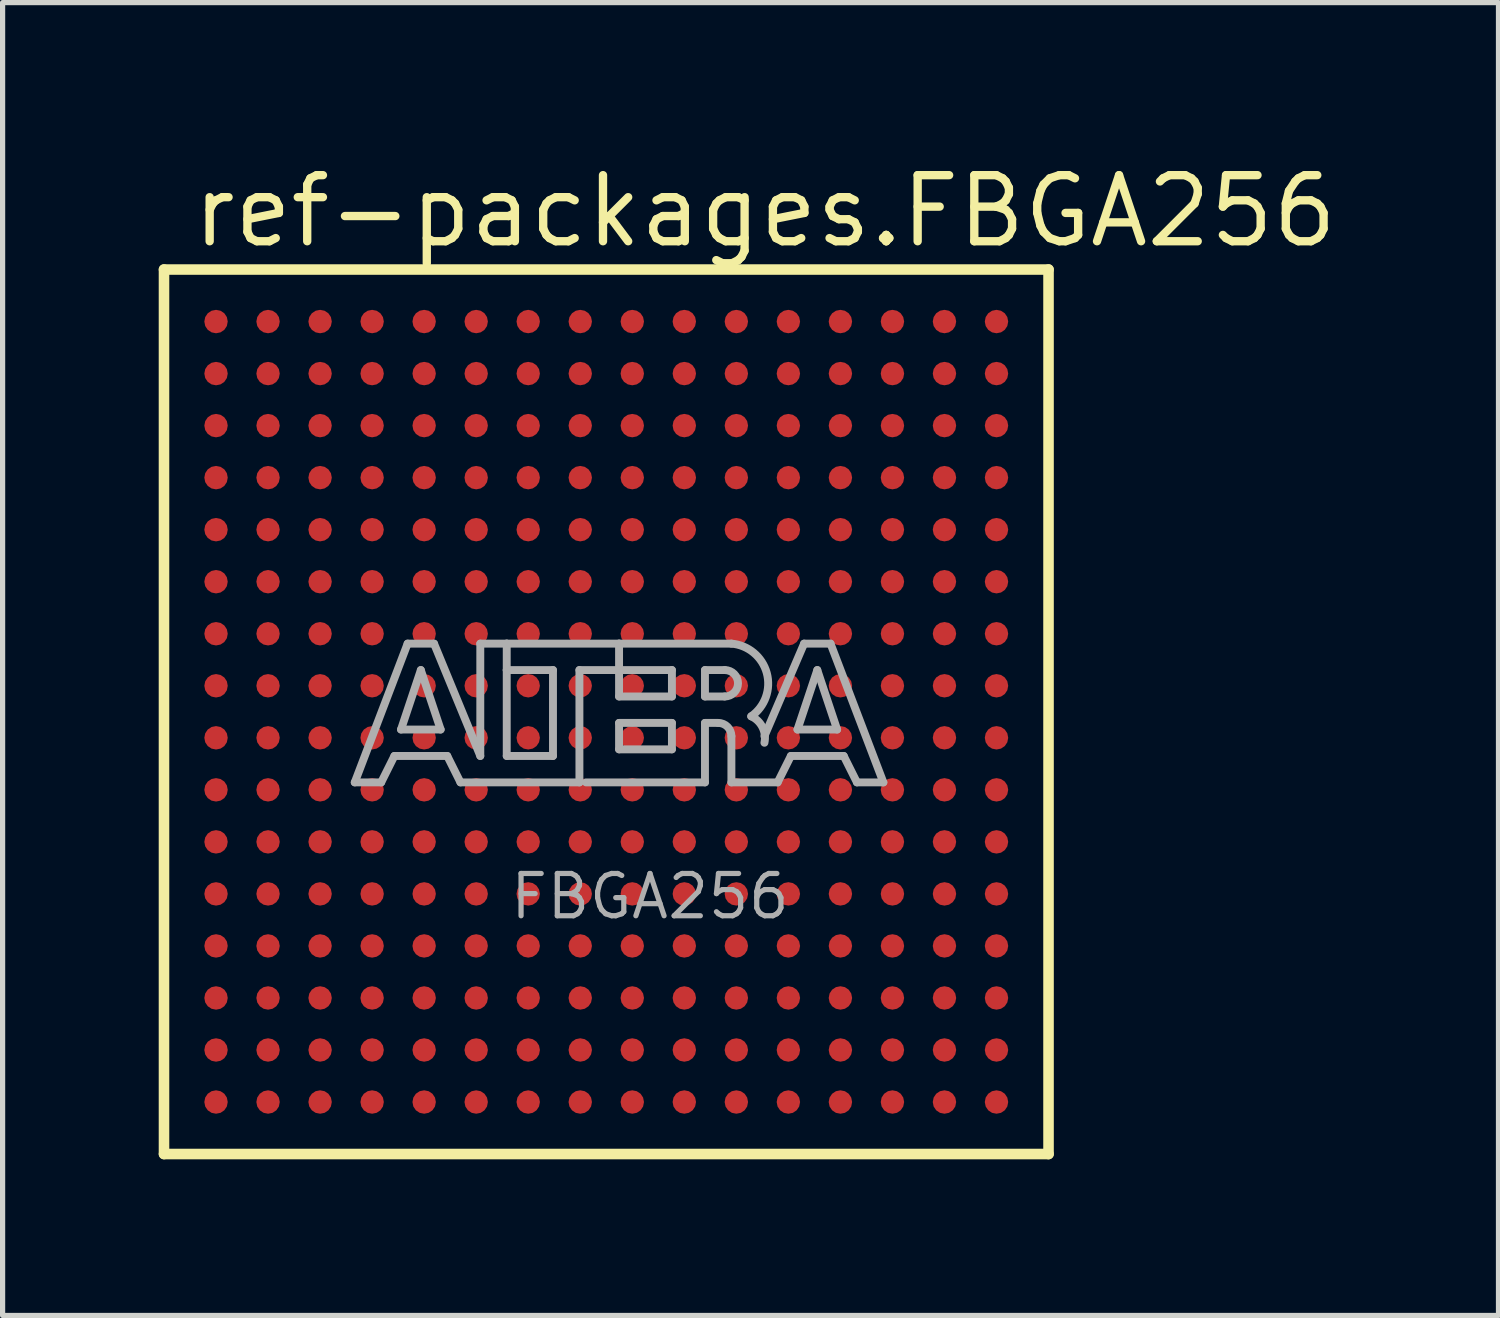
<source format=kicad_pcb>
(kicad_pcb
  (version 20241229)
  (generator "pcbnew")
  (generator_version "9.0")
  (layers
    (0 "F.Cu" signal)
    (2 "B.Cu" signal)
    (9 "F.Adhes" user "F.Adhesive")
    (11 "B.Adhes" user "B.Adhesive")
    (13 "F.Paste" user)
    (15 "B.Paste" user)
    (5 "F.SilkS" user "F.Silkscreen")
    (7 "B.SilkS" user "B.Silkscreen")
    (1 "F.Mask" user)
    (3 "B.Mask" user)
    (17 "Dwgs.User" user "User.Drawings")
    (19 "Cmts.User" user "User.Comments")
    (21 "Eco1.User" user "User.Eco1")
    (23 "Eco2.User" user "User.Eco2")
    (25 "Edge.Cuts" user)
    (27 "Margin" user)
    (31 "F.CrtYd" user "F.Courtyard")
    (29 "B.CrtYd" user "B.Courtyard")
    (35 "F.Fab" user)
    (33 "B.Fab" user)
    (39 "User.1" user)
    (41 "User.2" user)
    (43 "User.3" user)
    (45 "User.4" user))
  (footprint "ref-packages.FBGA256"
    (layer "F.Cu")
    (at 8.602 10.63)
    (property "Reference" "ref-packages.FBGA256" (at -8.03 -8.88 0) (layer "F.SilkS") (effects (font (size 1.27 1.27) (thickness 0.16)) (justify left bottom)))
    (attr smd)
    (fp_line (start -8.5 -8.5) (end -8.5 8.5) (stroke (width 0.203) (type default)) (layer "F.SilkS"))
    (fp_line (start -8.5 8.5) (end 8.5 8.5) (stroke (width 0.203) (type default)) (layer "F.SilkS"))
    (fp_line (start 8.5 -8.5) (end -8.5 -8.5) (stroke (width 0.203) (type default)) (layer "F.SilkS"))
    (fp_line (start 8.5 8.5) (end 8.5 -8.5) (stroke (width 0.203) (type default)) (layer "F.SilkS"))
    (fp_line (start -4.834 1.357) (end -3.818 -1.31) (stroke (width 0.152) (type default)) (layer "F.Fab"))
    (fp_line (start -4.326 1.357) (end -4.834 1.357) (stroke (width 0.152) (type default)) (layer "F.Fab"))
    (fp_line (start -4.072 0.849) (end -4.326 1.357) (stroke (width 0.152) (type default)) (layer "F.Fab"))
    (fp_line (start -3.945 0.341) (end -3.183 0.341) (stroke (width 0.152) (type default)) (layer "F.Fab"))
    (fp_line (start -3.818 -1.31) (end -3.31 -1.31) (stroke (width 0.152) (type default)) (layer "F.Fab"))
    (fp_line (start -3.564 -0.802) (end -3.945 0.341) (stroke (width 0.152) (type default)) (layer "F.Fab"))
    (fp_line (start -3.31 -1.31) (end -2.421 0.849) (stroke (width 0.152) (type default)) (layer "F.Fab"))
    (fp_line (start -3.183 0.341) (end -3.564 -0.802) (stroke (width 0.152) (type default)) (layer "F.Fab"))
    (fp_line (start -3.056 0.849) (end -4.072 0.849) (stroke (width 0.152) (type default)) (layer "F.Fab"))
    (fp_line (start -2.802 1.357) (end -3.056 0.849) (stroke (width 0.152) (type default)) (layer "F.Fab"))
    (fp_line (start -2.421 -1.31) (end -1.913 -1.31) (stroke (width 0.152) (type default)) (layer "F.Fab"))
    (fp_line (start -2.421 0.849) (end -2.421 -1.31) (stroke (width 0.152) (type default)) (layer "F.Fab"))
    (fp_line (start -1.913 -1.31) (end -1.913 -0.802) (stroke (width 0.152) (type default)) (layer "F.Fab"))
    (fp_line (start -1.913 -1.31) (end 0.246 -1.31) (stroke (width 0.152) (type default)) (layer "F.Fab"))
    (fp_line (start -1.913 -0.802) (end -1.913 0.849) (stroke (width 0.152) (type default)) (layer "F.Fab"))
    (fp_line (start -1.913 0.849) (end -1.024 0.849) (stroke (width 0.152) (type default)) (layer "F.Fab"))
    (fp_line (start -1.024 -0.802) (end -1.913 -0.802) (stroke (width 0.152) (type default)) (layer "F.Fab"))
    (fp_line (start -1.024 0.849) (end -1.024 -0.802) (stroke (width 0.152) (type default)) (layer "F.Fab"))
    (fp_line (start -0.516 -0.802) (end -0.516 1.357) (stroke (width 0.152) (type default)) (layer "F.Fab"))
    (fp_line (start -0.516 1.357) (end -2.802 1.357) (stroke (width 0.152) (type default)) (layer "F.Fab"))
    (fp_line (start 0.246 -1.31) (end 0.246 -0.802) (stroke (width 0.152) (type default)) (layer "F.Fab"))
    (fp_line (start 0.246 -1.31) (end 2.405 -1.31) (stroke (width 0.152) (type default)) (layer "F.Fab"))
    (fp_line (start 0.246 -0.802) (end -0.516 -0.802) (stroke (width 0.152) (type default)) (layer "F.Fab"))
    (fp_line (start 0.246 -0.802) (end 0.246 -0.294) (stroke (width 0.152) (type default)) (layer "F.Fab"))
    (fp_line (start 0.246 -0.294) (end 1.262 -0.294) (stroke (width 0.152) (type default)) (layer "F.Fab"))
    (fp_line (start 0.246 0.214) (end 1.262 0.214) (stroke (width 0.152) (type default)) (layer "F.Fab"))
    (fp_line (start 0.246 0.722) (end 0.246 0.214) (stroke (width 0.152) (type default)) (layer "F.Fab"))
    (fp_line (start 1.262 -0.802) (end 0.246 -0.802) (stroke (width 0.152) (type default)) (layer "F.Fab"))
    (fp_line (start 1.262 -0.294) (end 1.262 -0.802) (stroke (width 0.152) (type default)) (layer "F.Fab"))
    (fp_line (start 1.262 0.214) (end 1.262 0.722) (stroke (width 0.152) (type default)) (layer "F.Fab"))
    (fp_line (start 1.262 0.722) (end 0.246 0.722) (stroke (width 0.152) (type default)) (layer "F.Fab"))
    (fp_line (start 1.897 -0.802) (end 1.897 -0.294) (stroke (width 0.152) (type default)) (layer "F.Fab"))
    (fp_line (start 1.897 -0.294) (end 2.278 -0.294) (stroke (width 0.152) (type default)) (layer "F.Fab"))
    (fp_line (start 1.897 0.214) (end 1.897 1.357) (stroke (width 0.152) (type default)) (layer "F.Fab"))
    (fp_line (start 1.897 0.214) (end 2.151 0.214) (stroke (width 0.152) (type default)) (layer "F.Fab"))
    (fp_line (start 1.897 1.357) (end -0.389 1.357) (stroke (width 0.152) (type default)) (layer "F.Fab"))
    (fp_line (start 2.278 -0.802) (end 1.897 -0.802) (stroke (width 0.152) (type default)) (layer "F.Fab"))
    (fp_line (start 2.405 0.468) (end 2.405 1.357) (stroke (width 0.152) (type default)) (layer "F.Fab"))
    (fp_line (start 2.405 1.357) (end 3.294 1.357) (stroke (width 0.152) (type default)) (layer "F.Fab"))
    (fp_line (start 3.294 1.357) (end 3.548 0.849) (stroke (width 0.152) (type default)) (layer "F.Fab"))
    (fp_line (start 3.548 0.849) (end 4.564 0.849) (stroke (width 0.152) (type default)) (layer "F.Fab"))
    (fp_line (start 3.675 0.341) (end 4.056 -0.802) (stroke (width 0.152) (type default)) (layer "F.Fab"))
    (fp_line (start 3.802 -1.31) (end 3.04 0.468) (stroke (width 0.152) (type default)) (layer "F.Fab"))
    (fp_line (start 4.056 -0.802) (end 4.437 0.341) (stroke (width 0.152) (type default)) (layer "F.Fab"))
    (fp_line (start 4.31 -1.31) (end 3.802 -1.31) (stroke (width 0.152) (type default)) (layer "F.Fab"))
    (fp_line (start 4.437 0.341) (end 3.675 0.341) (stroke (width 0.152) (type default)) (layer "F.Fab"))
    (fp_line (start 4.564 0.849) (end 4.818 1.357) (stroke (width 0.152) (type default)) (layer "F.Fab"))
    (fp_line (start 4.818 1.357) (end 5.326 1.357) (stroke (width 0.152) (type default)) (layer "F.Fab"))
    (fp_line (start 5.326 1.357) (end 4.31 -1.31) (stroke (width 0.152) (type default)) (layer "F.Fab"))
    (fp_arc (start 2.151 0.214) (mid 2.330605 0.288395) (end 2.405 0.468) (stroke (width 0.1524) (type default)) (layer "F.Fab"))
    (fp_arc (start 2.278 -0.802) (mid 2.532 -0.548) (end 2.278 -0.294) (stroke (width 0.1524) (type default)) (layer "F.Fab"))
    (fp_arc (start 2.405 -1.31) (mid 3.084953 -0.74477) (end 2.7861 0.0874) (stroke (width 0.1524) (type default)) (layer "F.Fab"))
    (fp_arc (start 2.7861 0.0871) (mid 3.002081 0.296587) (end 3.0398 0.5951) (stroke (width 0.1524) (type default)) (layer "F.Fab"))
    (fp_text user "FBGA256" (at -1.897 4.025 0) (layer "F.Fab") (effects (font (size 0.813 0.813) (thickness 0.1)) (justify left bottom)))
    (pad "A1" smd roundrect (at -7.5 -7.5) (size 0.45 0.45) (layers "F.Cu" "F.Mask" "F.Paste") (roundrect_rratio 0.5))
    (pad "A2" smd roundrect (at -6.5 -7.5) (size 0.45 0.45) (layers "F.Cu" "F.Mask" "F.Paste") (roundrect_rratio 0.5))
    (pad "A3" smd roundrect (at -5.5 -7.5) (size 0.45 0.45) (layers "F.Cu" "F.Mask" "F.Paste") (roundrect_rratio 0.5))
    (pad "A4" smd roundrect (at -4.5 -7.5) (size 0.45 0.45) (layers "F.Cu" "F.Mask" "F.Paste") (roundrect_rratio 0.5))
    (pad "A5" smd roundrect (at -3.5 -7.5) (size 0.45 0.45) (layers "F.Cu" "F.Mask" "F.Paste") (roundrect_rratio 0.5))
    (pad "A6" smd roundrect (at -2.5 -7.5) (size 0.45 0.45) (layers "F.Cu" "F.Mask" "F.Paste") (roundrect_rratio 0.5))
    (pad "A7" smd roundrect (at -1.5 -7.5) (size 0.45 0.45) (layers "F.Cu" "F.Mask" "F.Paste") (roundrect_rratio 0.5))
    (pad "A8" smd roundrect (at -0.5 -7.5) (size 0.45 0.45) (layers "F.Cu" "F.Mask" "F.Paste") (roundrect_rratio 0.5))
    (pad "A9" smd roundrect (at 0.5 -7.5) (size 0.45 0.45) (layers "F.Cu" "F.Mask" "F.Paste") (roundrect_rratio 0.5))
    (pad "A10" smd roundrect (at 1.5 -7.5) (size 0.45 0.45) (layers "F.Cu" "F.Mask" "F.Paste") (roundrect_rratio 0.5))
    (pad "A11" smd roundrect (at 2.5 -7.5) (size 0.45 0.45) (layers "F.Cu" "F.Mask" "F.Paste") (roundrect_rratio 0.5))
    (pad "A12" smd roundrect (at 3.5 -7.5) (size 0.45 0.45) (layers "F.Cu" "F.Mask" "F.Paste") (roundrect_rratio 0.5))
    (pad "A13" smd roundrect (at 4.5 -7.5) (size 0.45 0.45) (layers "F.Cu" "F.Mask" "F.Paste") (roundrect_rratio 0.5))
    (pad "A14" smd roundrect (at 5.5 -7.5) (size 0.45 0.45) (layers "F.Cu" "F.Mask" "F.Paste") (roundrect_rratio 0.5))
    (pad "A15" smd roundrect (at 6.5 -7.5) (size 0.45 0.45) (layers "F.Cu" "F.Mask" "F.Paste") (roundrect_rratio 0.5))
    (pad "A16" smd roundrect (at 7.5 -7.5) (size 0.45 0.45) (layers "F.Cu" "F.Mask" "F.Paste") (roundrect_rratio 0.5))
    (pad "B1" smd roundrect (at -7.5 -6.5) (size 0.45 0.45) (layers "F.Cu" "F.Mask" "F.Paste") (roundrect_rratio 0.5))
    (pad "B2" smd roundrect (at -6.5 -6.5) (size 0.45 0.45) (layers "F.Cu" "F.Mask" "F.Paste") (roundrect_rratio 0.5))
    (pad "B3" smd roundrect (at -5.5 -6.5) (size 0.45 0.45) (layers "F.Cu" "F.Mask" "F.Paste") (roundrect_rratio 0.5))
    (pad "B4" smd roundrect (at -4.5 -6.5) (size 0.45 0.45) (layers "F.Cu" "F.Mask" "F.Paste") (roundrect_rratio 0.5))
    (pad "B5" smd roundrect (at -3.5 -6.5) (size 0.45 0.45) (layers "F.Cu" "F.Mask" "F.Paste") (roundrect_rratio 0.5))
    (pad "B6" smd roundrect (at -2.5 -6.5) (size 0.45 0.45) (layers "F.Cu" "F.Mask" "F.Paste") (roundrect_rratio 0.5))
    (pad "B7" smd roundrect (at -1.5 -6.5) (size 0.45 0.45) (layers "F.Cu" "F.Mask" "F.Paste") (roundrect_rratio 0.5))
    (pad "B8" smd roundrect (at -0.5 -6.5) (size 0.45 0.45) (layers "F.Cu" "F.Mask" "F.Paste") (roundrect_rratio 0.5))
    (pad "B9" smd roundrect (at 0.5 -6.5) (size 0.45 0.45) (layers "F.Cu" "F.Mask" "F.Paste") (roundrect_rratio 0.5))
    (pad "B10" smd roundrect (at 1.5 -6.5) (size 0.45 0.45) (layers "F.Cu" "F.Mask" "F.Paste") (roundrect_rratio 0.5))
    (pad "B11" smd roundrect (at 2.5 -6.5) (size 0.45 0.45) (layers "F.Cu" "F.Mask" "F.Paste") (roundrect_rratio 0.5))
    (pad "B12" smd roundrect (at 3.5 -6.5) (size 0.45 0.45) (layers "F.Cu" "F.Mask" "F.Paste") (roundrect_rratio 0.5))
    (pad "B13" smd roundrect (at 4.5 -6.5) (size 0.45 0.45) (layers "F.Cu" "F.Mask" "F.Paste") (roundrect_rratio 0.5))
    (pad "B14" smd roundrect (at 5.5 -6.5) (size 0.45 0.45) (layers "F.Cu" "F.Mask" "F.Paste") (roundrect_rratio 0.5))
    (pad "B15" smd roundrect (at 6.5 -6.5) (size 0.45 0.45) (layers "F.Cu" "F.Mask" "F.Paste") (roundrect_rratio 0.5))
    (pad "B16" smd roundrect (at 7.5 -6.5) (size 0.45 0.45) (layers "F.Cu" "F.Mask" "F.Paste") (roundrect_rratio 0.5))
    (pad "C1" smd roundrect (at -7.5 -5.5) (size 0.45 0.45) (layers "F.Cu" "F.Mask" "F.Paste") (roundrect_rratio 0.5))
    (pad "C2" smd roundrect (at -6.5 -5.5) (size 0.45 0.45) (layers "F.Cu" "F.Mask" "F.Paste") (roundrect_rratio 0.5))
    (pad "C3" smd roundrect (at -5.5 -5.5) (size 0.45 0.45) (layers "F.Cu" "F.Mask" "F.Paste") (roundrect_rratio 0.5))
    (pad "C4" smd roundrect (at -4.5 -5.5) (size 0.45 0.45) (layers "F.Cu" "F.Mask" "F.Paste") (roundrect_rratio 0.5))
    (pad "C5" smd roundrect (at -3.5 -5.5) (size 0.45 0.45) (layers "F.Cu" "F.Mask" "F.Paste") (roundrect_rratio 0.5))
    (pad "C6" smd roundrect (at -2.5 -5.5) (size 0.45 0.45) (layers "F.Cu" "F.Mask" "F.Paste") (roundrect_rratio 0.5))
    (pad "C7" smd roundrect (at -1.5 -5.5) (size 0.45 0.45) (layers "F.Cu" "F.Mask" "F.Paste") (roundrect_rratio 0.5))
    (pad "C8" smd roundrect (at -0.5 -5.5) (size 0.45 0.45) (layers "F.Cu" "F.Mask" "F.Paste") (roundrect_rratio 0.5))
    (pad "C9" smd roundrect (at 0.5 -5.5) (size 0.45 0.45) (layers "F.Cu" "F.Mask" "F.Paste") (roundrect_rratio 0.5))
    (pad "C10" smd roundrect (at 1.5 -5.5) (size 0.45 0.45) (layers "F.Cu" "F.Mask" "F.Paste") (roundrect_rratio 0.5))
    (pad "C11" smd roundrect (at 2.5 -5.5) (size 0.45 0.45) (layers "F.Cu" "F.Mask" "F.Paste") (roundrect_rratio 0.5))
    (pad "C12" smd roundrect (at 3.5 -5.5) (size 0.45 0.45) (layers "F.Cu" "F.Mask" "F.Paste") (roundrect_rratio 0.5))
    (pad "C13" smd roundrect (at 4.5 -5.5) (size 0.45 0.45) (layers "F.Cu" "F.Mask" "F.Paste") (roundrect_rratio 0.5))
    (pad "C14" smd roundrect (at 5.5 -5.5) (size 0.45 0.45) (layers "F.Cu" "F.Mask" "F.Paste") (roundrect_rratio 0.5))
    (pad "C15" smd roundrect (at 6.5 -5.5) (size 0.45 0.45) (layers "F.Cu" "F.Mask" "F.Paste") (roundrect_rratio 0.5))
    (pad "C16" smd roundrect (at 7.5 -5.5) (size 0.45 0.45) (layers "F.Cu" "F.Mask" "F.Paste") (roundrect_rratio 0.5))
    (pad "D1" smd roundrect (at -7.5 -4.5) (size 0.45 0.45) (layers "F.Cu" "F.Mask" "F.Paste") (roundrect_rratio 0.5))
    (pad "D2" smd roundrect (at -6.5 -4.5) (size 0.45 0.45) (layers "F.Cu" "F.Mask" "F.Paste") (roundrect_rratio 0.5))
    (pad "D3" smd roundrect (at -5.5 -4.5) (size 0.45 0.45) (layers "F.Cu" "F.Mask" "F.Paste") (roundrect_rratio 0.5))
    (pad "D4" smd roundrect (at -4.5 -4.5) (size 0.45 0.45) (layers "F.Cu" "F.Mask" "F.Paste") (roundrect_rratio 0.5))
    (pad "D5" smd roundrect (at -3.5 -4.5) (size 0.45 0.45) (layers "F.Cu" "F.Mask" "F.Paste") (roundrect_rratio 0.5))
    (pad "D6" smd roundrect (at -2.5 -4.5) (size 0.45 0.45) (layers "F.Cu" "F.Mask" "F.Paste") (roundrect_rratio 0.5))
    (pad "D7" smd roundrect (at -1.5 -4.5) (size 0.45 0.45) (layers "F.Cu" "F.Mask" "F.Paste") (roundrect_rratio 0.5))
    (pad "D8" smd roundrect (at -0.5 -4.5) (size 0.45 0.45) (layers "F.Cu" "F.Mask" "F.Paste") (roundrect_rratio 0.5))
    (pad "D9" smd roundrect (at 0.5 -4.5) (size 0.45 0.45) (layers "F.Cu" "F.Mask" "F.Paste") (roundrect_rratio 0.5))
    (pad "D10" smd roundrect (at 1.5 -4.5) (size 0.45 0.45) (layers "F.Cu" "F.Mask" "F.Paste") (roundrect_rratio 0.5))
    (pad "D11" smd roundrect (at 2.5 -4.5) (size 0.45 0.45) (layers "F.Cu" "F.Mask" "F.Paste") (roundrect_rratio 0.5))
    (pad "D12" smd roundrect (at 3.5 -4.5) (size 0.45 0.45) (layers "F.Cu" "F.Mask" "F.Paste") (roundrect_rratio 0.5))
    (pad "D13" smd roundrect (at 4.5 -4.5) (size 0.45 0.45) (layers "F.Cu" "F.Mask" "F.Paste") (roundrect_rratio 0.5))
    (pad "D14" smd roundrect (at 5.5 -4.5) (size 0.45 0.45) (layers "F.Cu" "F.Mask" "F.Paste") (roundrect_rratio 0.5))
    (pad "D15" smd roundrect (at 6.5 -4.5) (size 0.45 0.45) (layers "F.Cu" "F.Mask" "F.Paste") (roundrect_rratio 0.5))
    (pad "D16" smd roundrect (at 7.5 -4.5) (size 0.45 0.45) (layers "F.Cu" "F.Mask" "F.Paste") (roundrect_rratio 0.5))
    (pad "E1" smd roundrect (at -7.5 -3.5) (size 0.45 0.45) (layers "F.Cu" "F.Mask" "F.Paste") (roundrect_rratio 0.5))
    (pad "E2" smd roundrect (at -6.5 -3.5) (size 0.45 0.45) (layers "F.Cu" "F.Mask" "F.Paste") (roundrect_rratio 0.5))
    (pad "E3" smd roundrect (at -5.5 -3.5) (size 0.45 0.45) (layers "F.Cu" "F.Mask" "F.Paste") (roundrect_rratio 0.5))
    (pad "E4" smd roundrect (at -4.5 -3.5) (size 0.45 0.45) (layers "F.Cu" "F.Mask" "F.Paste") (roundrect_rratio 0.5))
    (pad "E5" smd roundrect (at -3.5 -3.5) (size 0.45 0.45) (layers "F.Cu" "F.Mask" "F.Paste") (roundrect_rratio 0.5))
    (pad "E6" smd roundrect (at -2.5 -3.5) (size 0.45 0.45) (layers "F.Cu" "F.Mask" "F.Paste") (roundrect_rratio 0.5))
    (pad "E7" smd roundrect (at -1.5 -3.5) (size 0.45 0.45) (layers "F.Cu" "F.Mask" "F.Paste") (roundrect_rratio 0.5))
    (pad "E8" smd roundrect (at -0.5 -3.5) (size 0.45 0.45) (layers "F.Cu" "F.Mask" "F.Paste") (roundrect_rratio 0.5))
    (pad "E9" smd roundrect (at 0.5 -3.5) (size 0.45 0.45) (layers "F.Cu" "F.Mask" "F.Paste") (roundrect_rratio 0.5))
    (pad "E10" smd roundrect (at 1.5 -3.5) (size 0.45 0.45) (layers "F.Cu" "F.Mask" "F.Paste") (roundrect_rratio 0.5))
    (pad "E11" smd roundrect (at 2.5 -3.5) (size 0.45 0.45) (layers "F.Cu" "F.Mask" "F.Paste") (roundrect_rratio 0.5))
    (pad "E12" smd roundrect (at 3.5 -3.5) (size 0.45 0.45) (layers "F.Cu" "F.Mask" "F.Paste") (roundrect_rratio 0.5))
    (pad "E13" smd roundrect (at 4.5 -3.5) (size 0.45 0.45) (layers "F.Cu" "F.Mask" "F.Paste") (roundrect_rratio 0.5))
    (pad "E14" smd roundrect (at 5.5 -3.5) (size 0.45 0.45) (layers "F.Cu" "F.Mask" "F.Paste") (roundrect_rratio 0.5))
    (pad "E15" smd roundrect (at 6.5 -3.5) (size 0.45 0.45) (layers "F.Cu" "F.Mask" "F.Paste") (roundrect_rratio 0.5))
    (pad "E16" smd roundrect (at 7.5 -3.5) (size 0.45 0.45) (layers "F.Cu" "F.Mask" "F.Paste") (roundrect_rratio 0.5))
    (pad "F1" smd roundrect (at -7.5 -2.5) (size 0.45 0.45) (layers "F.Cu" "F.Mask" "F.Paste") (roundrect_rratio 0.5))
    (pad "F2" smd roundrect (at -6.5 -2.5) (size 0.45 0.45) (layers "F.Cu" "F.Mask" "F.Paste") (roundrect_rratio 0.5))
    (pad "F3" smd roundrect (at -5.5 -2.5) (size 0.45 0.45) (layers "F.Cu" "F.Mask" "F.Paste") (roundrect_rratio 0.5))
    (pad "F4" smd roundrect (at -4.5 -2.5) (size 0.45 0.45) (layers "F.Cu" "F.Mask" "F.Paste") (roundrect_rratio 0.5))
    (pad "F5" smd roundrect (at -3.5 -2.5) (size 0.45 0.45) (layers "F.Cu" "F.Mask" "F.Paste") (roundrect_rratio 0.5))
    (pad "F6" smd roundrect (at -2.5 -2.5) (size 0.45 0.45) (layers "F.Cu" "F.Mask" "F.Paste") (roundrect_rratio 0.5))
    (pad "F7" smd roundrect (at -1.5 -2.5) (size 0.45 0.45) (layers "F.Cu" "F.Mask" "F.Paste") (roundrect_rratio 0.5))
    (pad "F8" smd roundrect (at -0.5 -2.5) (size 0.45 0.45) (layers "F.Cu" "F.Mask" "F.Paste") (roundrect_rratio 0.5))
    (pad "F9" smd roundrect (at 0.5 -2.5) (size 0.45 0.45) (layers "F.Cu" "F.Mask" "F.Paste") (roundrect_rratio 0.5))
    (pad "F10" smd roundrect (at 1.5 -2.5) (size 0.45 0.45) (layers "F.Cu" "F.Mask" "F.Paste") (roundrect_rratio 0.5))
    (pad "F11" smd roundrect (at 2.5 -2.5) (size 0.45 0.45) (layers "F.Cu" "F.Mask" "F.Paste") (roundrect_rratio 0.5))
    (pad "F12" smd roundrect (at 3.5 -2.5) (size 0.45 0.45) (layers "F.Cu" "F.Mask" "F.Paste") (roundrect_rratio 0.5))
    (pad "F13" smd roundrect (at 4.5 -2.5) (size 0.45 0.45) (layers "F.Cu" "F.Mask" "F.Paste") (roundrect_rratio 0.5))
    (pad "F14" smd roundrect (at 5.5 -2.5) (size 0.45 0.45) (layers "F.Cu" "F.Mask" "F.Paste") (roundrect_rratio 0.5))
    (pad "F15" smd roundrect (at 6.5 -2.5) (size 0.45 0.45) (layers "F.Cu" "F.Mask" "F.Paste") (roundrect_rratio 0.5))
    (pad "F16" smd roundrect (at 7.5 -2.5) (size 0.45 0.45) (layers "F.Cu" "F.Mask" "F.Paste") (roundrect_rratio 0.5))
    (pad "G1" smd roundrect (at -7.5 -1.5) (size 0.45 0.45) (layers "F.Cu" "F.Mask" "F.Paste") (roundrect_rratio 0.5))
    (pad "G2" smd roundrect (at -6.5 -1.5) (size 0.45 0.45) (layers "F.Cu" "F.Mask" "F.Paste") (roundrect_rratio 0.5))
    (pad "G3" smd roundrect (at -5.5 -1.5) (size 0.45 0.45) (layers "F.Cu" "F.Mask" "F.Paste") (roundrect_rratio 0.5))
    (pad "G4" smd roundrect (at -4.5 -1.5) (size 0.45 0.45) (layers "F.Cu" "F.Mask" "F.Paste") (roundrect_rratio 0.5))
    (pad "G5" smd roundrect (at -3.5 -1.5) (size 0.45 0.45) (layers "F.Cu" "F.Mask" "F.Paste") (roundrect_rratio 0.5))
    (pad "G6" smd roundrect (at -2.5 -1.5) (size 0.45 0.45) (layers "F.Cu" "F.Mask" "F.Paste") (roundrect_rratio 0.5))
    (pad "G7" smd roundrect (at -1.5 -1.5) (size 0.45 0.45) (layers "F.Cu" "F.Mask" "F.Paste") (roundrect_rratio 0.5))
    (pad "G8" smd roundrect (at -0.5 -1.5) (size 0.45 0.45) (layers "F.Cu" "F.Mask" "F.Paste") (roundrect_rratio 0.5))
    (pad "G9" smd roundrect (at 0.5 -1.5) (size 0.45 0.45) (layers "F.Cu" "F.Mask" "F.Paste") (roundrect_rratio 0.5))
    (pad "G10" smd roundrect (at 1.5 -1.5) (size 0.45 0.45) (layers "F.Cu" "F.Mask" "F.Paste") (roundrect_rratio 0.5))
    (pad "G11" smd roundrect (at 2.5 -1.5) (size 0.45 0.45) (layers "F.Cu" "F.Mask" "F.Paste") (roundrect_rratio 0.5))
    (pad "G12" smd roundrect (at 3.5 -1.5) (size 0.45 0.45) (layers "F.Cu" "F.Mask" "F.Paste") (roundrect_rratio 0.5))
    (pad "G13" smd roundrect (at 4.5 -1.5) (size 0.45 0.45) (layers "F.Cu" "F.Mask" "F.Paste") (roundrect_rratio 0.5))
    (pad "G14" smd roundrect (at 5.5 -1.5) (size 0.45 0.45) (layers "F.Cu" "F.Mask" "F.Paste") (roundrect_rratio 0.5))
    (pad "G15" smd roundrect (at 6.5 -1.5) (size 0.45 0.45) (layers "F.Cu" "F.Mask" "F.Paste") (roundrect_rratio 0.5))
    (pad "G16" smd roundrect (at 7.5 -1.5) (size 0.45 0.45) (layers "F.Cu" "F.Mask" "F.Paste") (roundrect_rratio 0.5))
    (pad "H1" smd roundrect (at -7.5 -0.5) (size 0.45 0.45) (layers "F.Cu" "F.Mask" "F.Paste") (roundrect_rratio 0.5))
    (pad "H2" smd roundrect (at -6.5 -0.5) (size 0.45 0.45) (layers "F.Cu" "F.Mask" "F.Paste") (roundrect_rratio 0.5))
    (pad "H3" smd roundrect (at -5.5 -0.5) (size 0.45 0.45) (layers "F.Cu" "F.Mask" "F.Paste") (roundrect_rratio 0.5))
    (pad "H4" smd roundrect (at -4.5 -0.5) (size 0.45 0.45) (layers "F.Cu" "F.Mask" "F.Paste") (roundrect_rratio 0.5))
    (pad "H5" smd roundrect (at -3.5 -0.5) (size 0.45 0.45) (layers "F.Cu" "F.Mask" "F.Paste") (roundrect_rratio 0.5))
    (pad "H6" smd roundrect (at -2.5 -0.5) (size 0.45 0.45) (layers "F.Cu" "F.Mask" "F.Paste") (roundrect_rratio 0.5))
    (pad "H7" smd roundrect (at -1.5 -0.5) (size 0.45 0.45) (layers "F.Cu" "F.Mask" "F.Paste") (roundrect_rratio 0.5))
    (pad "H8" smd roundrect (at -0.5 -0.5) (size 0.45 0.45) (layers "F.Cu" "F.Mask" "F.Paste") (roundrect_rratio 0.5))
    (pad "H9" smd roundrect (at 0.5 -0.5) (size 0.45 0.45) (layers "F.Cu" "F.Mask" "F.Paste") (roundrect_rratio 0.5))
    (pad "H10" smd roundrect (at 1.5 -0.5) (size 0.45 0.45) (layers "F.Cu" "F.Mask" "F.Paste") (roundrect_rratio 0.5))
    (pad "H11" smd roundrect (at 2.5 -0.5) (size 0.45 0.45) (layers "F.Cu" "F.Mask" "F.Paste") (roundrect_rratio 0.5))
    (pad "H12" smd roundrect (at 3.5 -0.5) (size 0.45 0.45) (layers "F.Cu" "F.Mask" "F.Paste") (roundrect_rratio 0.5))
    (pad "H13" smd roundrect (at 4.5 -0.5) (size 0.45 0.45) (layers "F.Cu" "F.Mask" "F.Paste") (roundrect_rratio 0.5))
    (pad "H14" smd roundrect (at 5.5 -0.5) (size 0.45 0.45) (layers "F.Cu" "F.Mask" "F.Paste") (roundrect_rratio 0.5))
    (pad "H15" smd roundrect (at 6.5 -0.5) (size 0.45 0.45) (layers "F.Cu" "F.Mask" "F.Paste") (roundrect_rratio 0.5))
    (pad "H16" smd roundrect (at 7.5 -0.5) (size 0.45 0.45) (layers "F.Cu" "F.Mask" "F.Paste") (roundrect_rratio 0.5))
    (pad "J1" smd roundrect (at -7.5 0.5) (size 0.45 0.45) (layers "F.Cu" "F.Mask" "F.Paste") (roundrect_rratio 0.5))
    (pad "J2" smd roundrect (at -6.5 0.5) (size 0.45 0.45) (layers "F.Cu" "F.Mask" "F.Paste") (roundrect_rratio 0.5))
    (pad "J3" smd roundrect (at -5.5 0.5) (size 0.45 0.45) (layers "F.Cu" "F.Mask" "F.Paste") (roundrect_rratio 0.5))
    (pad "J4" smd roundrect (at -4.5 0.5) (size 0.45 0.45) (layers "F.Cu" "F.Mask" "F.Paste") (roundrect_rratio 0.5))
    (pad "J5" smd roundrect (at -3.5 0.5) (size 0.45 0.45) (layers "F.Cu" "F.Mask" "F.Paste") (roundrect_rratio 0.5))
    (pad "J6" smd roundrect (at -2.5 0.5) (size 0.45 0.45) (layers "F.Cu" "F.Mask" "F.Paste") (roundrect_rratio 0.5))
    (pad "J7" smd roundrect (at -1.5 0.5) (size 0.45 0.45) (layers "F.Cu" "F.Mask" "F.Paste") (roundrect_rratio 0.5))
    (pad "J8" smd roundrect (at -0.5 0.5) (size 0.45 0.45) (layers "F.Cu" "F.Mask" "F.Paste") (roundrect_rratio 0.5))
    (pad "J9" smd roundrect (at 0.5 0.5) (size 0.45 0.45) (layers "F.Cu" "F.Mask" "F.Paste") (roundrect_rratio 0.5))
    (pad "J10" smd roundrect (at 1.5 0.5) (size 0.45 0.45) (layers "F.Cu" "F.Mask" "F.Paste") (roundrect_rratio 0.5))
    (pad "J11" smd roundrect (at 2.5 0.5) (size 0.45 0.45) (layers "F.Cu" "F.Mask" "F.Paste") (roundrect_rratio 0.5))
    (pad "J12" smd roundrect (at 3.5 0.5) (size 0.45 0.45) (layers "F.Cu" "F.Mask" "F.Paste") (roundrect_rratio 0.5))
    (pad "J13" smd roundrect (at 4.5 0.5) (size 0.45 0.45) (layers "F.Cu" "F.Mask" "F.Paste") (roundrect_rratio 0.5))
    (pad "J14" smd roundrect (at 5.5 0.5) (size 0.45 0.45) (layers "F.Cu" "F.Mask" "F.Paste") (roundrect_rratio 0.5))
    (pad "J15" smd roundrect (at 6.5 0.5) (size 0.45 0.45) (layers "F.Cu" "F.Mask" "F.Paste") (roundrect_rratio 0.5))
    (pad "J16" smd roundrect (at 7.5 0.5) (size 0.45 0.45) (layers "F.Cu" "F.Mask" "F.Paste") (roundrect_rratio 0.5))
    (pad "K1" smd roundrect (at -7.5 1.5) (size 0.45 0.45) (layers "F.Cu" "F.Mask" "F.Paste") (roundrect_rratio 0.5))
    (pad "K2" smd roundrect (at -6.5 1.5) (size 0.45 0.45) (layers "F.Cu" "F.Mask" "F.Paste") (roundrect_rratio 0.5))
    (pad "K3" smd roundrect (at -5.5 1.5) (size 0.45 0.45) (layers "F.Cu" "F.Mask" "F.Paste") (roundrect_rratio 0.5))
    (pad "K4" smd roundrect (at -4.5 1.5) (size 0.45 0.45) (layers "F.Cu" "F.Mask" "F.Paste") (roundrect_rratio 0.5))
    (pad "K5" smd roundrect (at -3.5 1.5) (size 0.45 0.45) (layers "F.Cu" "F.Mask" "F.Paste") (roundrect_rratio 0.5))
    (pad "K6" smd roundrect (at -2.5 1.5) (size 0.45 0.45) (layers "F.Cu" "F.Mask" "F.Paste") (roundrect_rratio 0.5))
    (pad "K7" smd roundrect (at -1.5 1.5) (size 0.45 0.45) (layers "F.Cu" "F.Mask" "F.Paste") (roundrect_rratio 0.5))
    (pad "K8" smd roundrect (at -0.5 1.5) (size 0.45 0.45) (layers "F.Cu" "F.Mask" "F.Paste") (roundrect_rratio 0.5))
    (pad "K9" smd roundrect (at 0.5 1.5) (size 0.45 0.45) (layers "F.Cu" "F.Mask" "F.Paste") (roundrect_rratio 0.5))
    (pad "K10" smd roundrect (at 1.5 1.5) (size 0.45 0.45) (layers "F.Cu" "F.Mask" "F.Paste") (roundrect_rratio 0.5))
    (pad "K11" smd roundrect (at 2.5 1.5) (size 0.45 0.45) (layers "F.Cu" "F.Mask" "F.Paste") (roundrect_rratio 0.5))
    (pad "K12" smd roundrect (at 3.5 1.5) (size 0.45 0.45) (layers "F.Cu" "F.Mask" "F.Paste") (roundrect_rratio 0.5))
    (pad "K13" smd roundrect (at 4.5 1.5) (size 0.45 0.45) (layers "F.Cu" "F.Mask" "F.Paste") (roundrect_rratio 0.5))
    (pad "K14" smd roundrect (at 5.5 1.5) (size 0.45 0.45) (layers "F.Cu" "F.Mask" "F.Paste") (roundrect_rratio 0.5))
    (pad "K15" smd roundrect (at 6.5 1.5) (size 0.45 0.45) (layers "F.Cu" "F.Mask" "F.Paste") (roundrect_rratio 0.5))
    (pad "K16" smd roundrect (at 7.5 1.5) (size 0.45 0.45) (layers "F.Cu" "F.Mask" "F.Paste") (roundrect_rratio 0.5))
    (pad "L1" smd roundrect (at -7.5 2.5) (size 0.45 0.45) (layers "F.Cu" "F.Mask" "F.Paste") (roundrect_rratio 0.5))
    (pad "L2" smd roundrect (at -6.5 2.5) (size 0.45 0.45) (layers "F.Cu" "F.Mask" "F.Paste") (roundrect_rratio 0.5))
    (pad "L3" smd roundrect (at -5.5 2.5) (size 0.45 0.45) (layers "F.Cu" "F.Mask" "F.Paste") (roundrect_rratio 0.5))
    (pad "L4" smd roundrect (at -4.5 2.5) (size 0.45 0.45) (layers "F.Cu" "F.Mask" "F.Paste") (roundrect_rratio 0.5))
    (pad "L5" smd roundrect (at -3.5 2.5) (size 0.45 0.45) (layers "F.Cu" "F.Mask" "F.Paste") (roundrect_rratio 0.5))
    (pad "L6" smd roundrect (at -2.5 2.5) (size 0.45 0.45) (layers "F.Cu" "F.Mask" "F.Paste") (roundrect_rratio 0.5))
    (pad "L7" smd roundrect (at -1.5 2.5) (size 0.45 0.45) (layers "F.Cu" "F.Mask" "F.Paste") (roundrect_rratio 0.5))
    (pad "L8" smd roundrect (at -0.5 2.5) (size 0.45 0.45) (layers "F.Cu" "F.Mask" "F.Paste") (roundrect_rratio 0.5))
    (pad "L9" smd roundrect (at 0.5 2.5) (size 0.45 0.45) (layers "F.Cu" "F.Mask" "F.Paste") (roundrect_rratio 0.5))
    (pad "L10" smd roundrect (at 1.5 2.5) (size 0.45 0.45) (layers "F.Cu" "F.Mask" "F.Paste") (roundrect_rratio 0.5))
    (pad "L11" smd roundrect (at 2.5 2.5) (size 0.45 0.45) (layers "F.Cu" "F.Mask" "F.Paste") (roundrect_rratio 0.5))
    (pad "L12" smd roundrect (at 3.5 2.5) (size 0.45 0.45) (layers "F.Cu" "F.Mask" "F.Paste") (roundrect_rratio 0.5))
    (pad "L13" smd roundrect (at 4.5 2.5) (size 0.45 0.45) (layers "F.Cu" "F.Mask" "F.Paste") (roundrect_rratio 0.5))
    (pad "L14" smd roundrect (at 5.5 2.5) (size 0.45 0.45) (layers "F.Cu" "F.Mask" "F.Paste") (roundrect_rratio 0.5))
    (pad "L15" smd roundrect (at 6.5 2.5) (size 0.45 0.45) (layers "F.Cu" "F.Mask" "F.Paste") (roundrect_rratio 0.5))
    (pad "L16" smd roundrect (at 7.5 2.5) (size 0.45 0.45) (layers "F.Cu" "F.Mask" "F.Paste") (roundrect_rratio 0.5))
    (pad "M1" smd roundrect (at -7.5 3.5) (size 0.45 0.45) (layers "F.Cu" "F.Mask" "F.Paste") (roundrect_rratio 0.5))
    (pad "M2" smd roundrect (at -6.5 3.5) (size 0.45 0.45) (layers "F.Cu" "F.Mask" "F.Paste") (roundrect_rratio 0.5))
    (pad "M3" smd roundrect (at -5.5 3.5) (size 0.45 0.45) (layers "F.Cu" "F.Mask" "F.Paste") (roundrect_rratio 0.5))
    (pad "M4" smd roundrect (at -4.5 3.5) (size 0.45 0.45) (layers "F.Cu" "F.Mask" "F.Paste") (roundrect_rratio 0.5))
    (pad "M5" smd roundrect (at -3.5 3.5) (size 0.45 0.45) (layers "F.Cu" "F.Mask" "F.Paste") (roundrect_rratio 0.5))
    (pad "M6" smd roundrect (at -2.5 3.5) (size 0.45 0.45) (layers "F.Cu" "F.Mask" "F.Paste") (roundrect_rratio 0.5))
    (pad "M7" smd roundrect (at -1.5 3.5) (size 0.45 0.45) (layers "F.Cu" "F.Mask" "F.Paste") (roundrect_rratio 0.5))
    (pad "M8" smd roundrect (at -0.5 3.5) (size 0.45 0.45) (layers "F.Cu" "F.Mask" "F.Paste") (roundrect_rratio 0.5))
    (pad "M9" smd roundrect (at 0.5 3.5) (size 0.45 0.45) (layers "F.Cu" "F.Mask" "F.Paste") (roundrect_rratio 0.5))
    (pad "M10" smd roundrect (at 1.5 3.5) (size 0.45 0.45) (layers "F.Cu" "F.Mask" "F.Paste") (roundrect_rratio 0.5))
    (pad "M11" smd roundrect (at 2.5 3.5) (size 0.45 0.45) (layers "F.Cu" "F.Mask" "F.Paste") (roundrect_rratio 0.5))
    (pad "M12" smd roundrect (at 3.5 3.5) (size 0.45 0.45) (layers "F.Cu" "F.Mask" "F.Paste") (roundrect_rratio 0.5))
    (pad "M13" smd roundrect (at 4.5 3.5) (size 0.45 0.45) (layers "F.Cu" "F.Mask" "F.Paste") (roundrect_rratio 0.5))
    (pad "M14" smd roundrect (at 5.5 3.5) (size 0.45 0.45) (layers "F.Cu" "F.Mask" "F.Paste") (roundrect_rratio 0.5))
    (pad "M15" smd roundrect (at 6.5 3.5) (size 0.45 0.45) (layers "F.Cu" "F.Mask" "F.Paste") (roundrect_rratio 0.5))
    (pad "M16" smd roundrect (at 7.5 3.5) (size 0.45 0.45) (layers "F.Cu" "F.Mask" "F.Paste") (roundrect_rratio 0.5))
    (pad "N1" smd roundrect (at -7.5 4.5) (size 0.45 0.45) (layers "F.Cu" "F.Mask" "F.Paste") (roundrect_rratio 0.5))
    (pad "N2" smd roundrect (at -6.5 4.5) (size 0.45 0.45) (layers "F.Cu" "F.Mask" "F.Paste") (roundrect_rratio 0.5))
    (pad "N3" smd roundrect (at -5.5 4.5) (size 0.45 0.45) (layers "F.Cu" "F.Mask" "F.Paste") (roundrect_rratio 0.5))
    (pad "N4" smd roundrect (at -4.5 4.5) (size 0.45 0.45) (layers "F.Cu" "F.Mask" "F.Paste") (roundrect_rratio 0.5))
    (pad "N5" smd roundrect (at -3.5 4.5) (size 0.45 0.45) (layers "F.Cu" "F.Mask" "F.Paste") (roundrect_rratio 0.5))
    (pad "N6" smd roundrect (at -2.5 4.5) (size 0.45 0.45) (layers "F.Cu" "F.Mask" "F.Paste") (roundrect_rratio 0.5))
    (pad "N7" smd roundrect (at -1.5 4.5) (size 0.45 0.45) (layers "F.Cu" "F.Mask" "F.Paste") (roundrect_rratio 0.5))
    (pad "N8" smd roundrect (at -0.5 4.5) (size 0.45 0.45) (layers "F.Cu" "F.Mask" "F.Paste") (roundrect_rratio 0.5))
    (pad "N9" smd roundrect (at 0.5 4.5) (size 0.45 0.45) (layers "F.Cu" "F.Mask" "F.Paste") (roundrect_rratio 0.5))
    (pad "N10" smd roundrect (at 1.5 4.5) (size 0.45 0.45) (layers "F.Cu" "F.Mask" "F.Paste") (roundrect_rratio 0.5))
    (pad "N11" smd roundrect (at 2.5 4.5) (size 0.45 0.45) (layers "F.Cu" "F.Mask" "F.Paste") (roundrect_rratio 0.5))
    (pad "N12" smd roundrect (at 3.5 4.5) (size 0.45 0.45) (layers "F.Cu" "F.Mask" "F.Paste") (roundrect_rratio 0.5))
    (pad "N13" smd roundrect (at 4.5 4.5) (size 0.45 0.45) (layers "F.Cu" "F.Mask" "F.Paste") (roundrect_rratio 0.5))
    (pad "N14" smd roundrect (at 5.5 4.5) (size 0.45 0.45) (layers "F.Cu" "F.Mask" "F.Paste") (roundrect_rratio 0.5))
    (pad "N15" smd roundrect (at 6.5 4.5) (size 0.45 0.45) (layers "F.Cu" "F.Mask" "F.Paste") (roundrect_rratio 0.5))
    (pad "N16" smd roundrect (at 7.5 4.5) (size 0.45 0.45) (layers "F.Cu" "F.Mask" "F.Paste") (roundrect_rratio 0.5))
    (pad "P1" smd roundrect (at -7.5 5.5) (size 0.45 0.45) (layers "F.Cu" "F.Mask" "F.Paste") (roundrect_rratio 0.5))
    (pad "P2" smd roundrect (at -6.5 5.5) (size 0.45 0.45) (layers "F.Cu" "F.Mask" "F.Paste") (roundrect_rratio 0.5))
    (pad "P3" smd roundrect (at -5.5 5.5) (size 0.45 0.45) (layers "F.Cu" "F.Mask" "F.Paste") (roundrect_rratio 0.5))
    (pad "P4" smd roundrect (at -4.5 5.5) (size 0.45 0.45) (layers "F.Cu" "F.Mask" "F.Paste") (roundrect_rratio 0.5))
    (pad "P5" smd roundrect (at -3.5 5.5) (size 0.45 0.45) (layers "F.Cu" "F.Mask" "F.Paste") (roundrect_rratio 0.5))
    (pad "P6" smd roundrect (at -2.5 5.5) (size 0.45 0.45) (layers "F.Cu" "F.Mask" "F.Paste") (roundrect_rratio 0.5))
    (pad "P7" smd roundrect (at -1.5 5.5) (size 0.45 0.45) (layers "F.Cu" "F.Mask" "F.Paste") (roundrect_rratio 0.5))
    (pad "P8" smd roundrect (at -0.5 5.5) (size 0.45 0.45) (layers "F.Cu" "F.Mask" "F.Paste") (roundrect_rratio 0.5))
    (pad "P9" smd roundrect (at 0.5 5.5) (size 0.45 0.45) (layers "F.Cu" "F.Mask" "F.Paste") (roundrect_rratio 0.5))
    (pad "P10" smd roundrect (at 1.5 5.5) (size 0.45 0.45) (layers "F.Cu" "F.Mask" "F.Paste") (roundrect_rratio 0.5))
    (pad "P11" smd roundrect (at 2.5 5.5) (size 0.45 0.45) (layers "F.Cu" "F.Mask" "F.Paste") (roundrect_rratio 0.5))
    (pad "P12" smd roundrect (at 3.5 5.5) (size 0.45 0.45) (layers "F.Cu" "F.Mask" "F.Paste") (roundrect_rratio 0.5))
    (pad "P13" smd roundrect (at 4.5 5.5) (size 0.45 0.45) (layers "F.Cu" "F.Mask" "F.Paste") (roundrect_rratio 0.5))
    (pad "P14" smd roundrect (at 5.5 5.5) (size 0.45 0.45) (layers "F.Cu" "F.Mask" "F.Paste") (roundrect_rratio 0.5))
    (pad "P15" smd roundrect (at 6.5 5.5) (size 0.45 0.45) (layers "F.Cu" "F.Mask" "F.Paste") (roundrect_rratio 0.5))
    (pad "P16" smd roundrect (at 7.5 5.5) (size 0.45 0.45) (layers "F.Cu" "F.Mask" "F.Paste") (roundrect_rratio 0.5))
    (pad "R1" smd roundrect (at -7.5 6.5) (size 0.45 0.45) (layers "F.Cu" "F.Mask" "F.Paste") (roundrect_rratio 0.5))
    (pad "R2" smd roundrect (at -6.5 6.5) (size 0.45 0.45) (layers "F.Cu" "F.Mask" "F.Paste") (roundrect_rratio 0.5))
    (pad "R3" smd roundrect (at -5.5 6.5) (size 0.45 0.45) (layers "F.Cu" "F.Mask" "F.Paste") (roundrect_rratio 0.5))
    (pad "R4" smd roundrect (at -4.5 6.5) (size 0.45 0.45) (layers "F.Cu" "F.Mask" "F.Paste") (roundrect_rratio 0.5))
    (pad "R5" smd roundrect (at -3.5 6.5) (size 0.45 0.45) (layers "F.Cu" "F.Mask" "F.Paste") (roundrect_rratio 0.5))
    (pad "R6" smd roundrect (at -2.5 6.5) (size 0.45 0.45) (layers "F.Cu" "F.Mask" "F.Paste") (roundrect_rratio 0.5))
    (pad "R7" smd roundrect (at -1.5 6.5) (size 0.45 0.45) (layers "F.Cu" "F.Mask" "F.Paste") (roundrect_rratio 0.5))
    (pad "R8" smd roundrect (at -0.5 6.5) (size 0.45 0.45) (layers "F.Cu" "F.Mask" "F.Paste") (roundrect_rratio 0.5))
    (pad "R9" smd roundrect (at 0.5 6.5) (size 0.45 0.45) (layers "F.Cu" "F.Mask" "F.Paste") (roundrect_rratio 0.5))
    (pad "R10" smd roundrect (at 1.5 6.5) (size 0.45 0.45) (layers "F.Cu" "F.Mask" "F.Paste") (roundrect_rratio 0.5))
    (pad "R11" smd roundrect (at 2.5 6.5) (size 0.45 0.45) (layers "F.Cu" "F.Mask" "F.Paste") (roundrect_rratio 0.5))
    (pad "R12" smd roundrect (at 3.5 6.5) (size 0.45 0.45) (layers "F.Cu" "F.Mask" "F.Paste") (roundrect_rratio 0.5))
    (pad "R13" smd roundrect (at 4.5 6.5) (size 0.45 0.45) (layers "F.Cu" "F.Mask" "F.Paste") (roundrect_rratio 0.5))
    (pad "R14" smd roundrect (at 5.5 6.5) (size 0.45 0.45) (layers "F.Cu" "F.Mask" "F.Paste") (roundrect_rratio 0.5))
    (pad "R15" smd roundrect (at 6.5 6.5) (size 0.45 0.45) (layers "F.Cu" "F.Mask" "F.Paste") (roundrect_rratio 0.5))
    (pad "R16" smd roundrect (at 7.5 6.5) (size 0.45 0.45) (layers "F.Cu" "F.Mask" "F.Paste") (roundrect_rratio 0.5))
    (pad "T1" smd roundrect (at -7.5 7.5) (size 0.45 0.45) (layers "F.Cu" "F.Mask" "F.Paste") (roundrect_rratio 0.5))
    (pad "T2" smd roundrect (at -6.5 7.5) (size 0.45 0.45) (layers "F.Cu" "F.Mask" "F.Paste") (roundrect_rratio 0.5))
    (pad "T3" smd roundrect (at -5.5 7.5) (size 0.45 0.45) (layers "F.Cu" "F.Mask" "F.Paste") (roundrect_rratio 0.5))
    (pad "T4" smd roundrect (at -4.5 7.5) (size 0.45 0.45) (layers "F.Cu" "F.Mask" "F.Paste") (roundrect_rratio 0.5))
    (pad "T5" smd roundrect (at -3.5 7.5) (size 0.45 0.45) (layers "F.Cu" "F.Mask" "F.Paste") (roundrect_rratio 0.5))
    (pad "T6" smd roundrect (at -2.5 7.5) (size 0.45 0.45) (layers "F.Cu" "F.Mask" "F.Paste") (roundrect_rratio 0.5))
    (pad "T7" smd roundrect (at -1.5 7.5) (size 0.45 0.45) (layers "F.Cu" "F.Mask" "F.Paste") (roundrect_rratio 0.5))
    (pad "T8" smd roundrect (at -0.5 7.5) (size 0.45 0.45) (layers "F.Cu" "F.Mask" "F.Paste") (roundrect_rratio 0.5))
    (pad "T9" smd roundrect (at 0.5 7.5) (size 0.45 0.45) (layers "F.Cu" "F.Mask" "F.Paste") (roundrect_rratio 0.5))
    (pad "T10" smd roundrect (at 1.5 7.5) (size 0.45 0.45) (layers "F.Cu" "F.Mask" "F.Paste") (roundrect_rratio 0.5))
    (pad "T11" smd roundrect (at 2.5 7.5) (size 0.45 0.45) (layers "F.Cu" "F.Mask" "F.Paste") (roundrect_rratio 0.5))
    (pad "T12" smd roundrect (at 3.5 7.5) (size 0.45 0.45) (layers "F.Cu" "F.Mask" "F.Paste") (roundrect_rratio 0.5))
    (pad "T13" smd roundrect (at 4.5 7.5) (size 0.45 0.45) (layers "F.Cu" "F.Mask" "F.Paste") (roundrect_rratio 0.5))
    (pad "T14" smd roundrect (at 5.5 7.5) (size 0.45 0.45) (layers "F.Cu" "F.Mask" "F.Paste") (roundrect_rratio 0.5))
    (pad "T15" smd roundrect (at 6.5 7.5) (size 0.45 0.45) (layers "F.Cu" "F.Mask" "F.Paste") (roundrect_rratio 0.5))
    (pad "T16" smd roundrect (at 7.5 7.5) (size 0.45 0.45) (layers "F.Cu" "F.Mask" "F.Paste") (roundrect_rratio 0.5)))
  (gr_rect
    (start -3 -3)
    (end 25.75 22.232)
    (stroke (width 0.1) (type default))
    (fill no)
    (layer "Edge.Cuts")))
</source>
